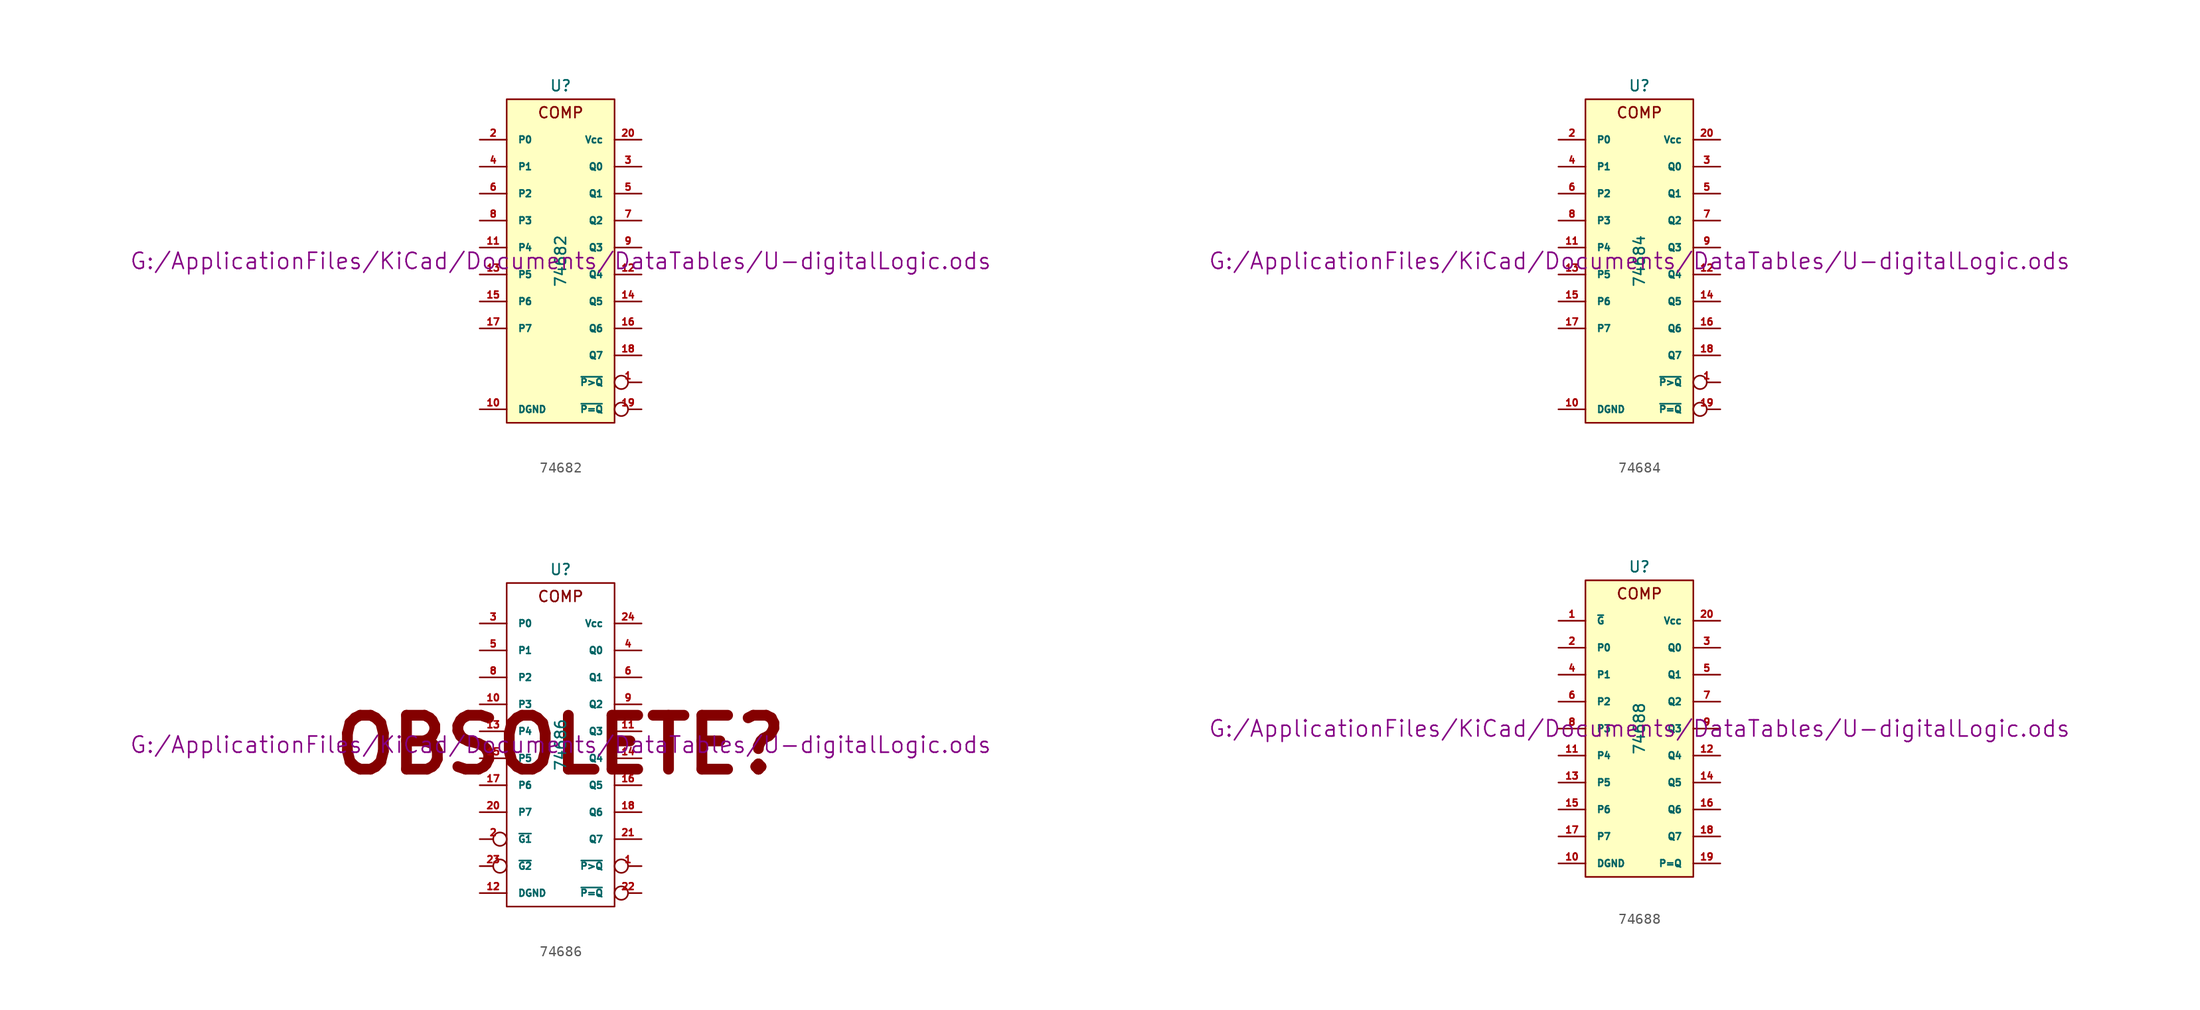
<source format=kicad_sym>
(kicad_symbol_lib
  (version 20211014)
  (generator kicad_symbol_editor)
  (symbol "74682"
    (pin_names
      (offset 1.016))
    (property "Reference" "U"
      (at 0 16.51 0)
      (effects (font (size 1.016 1.016))))
    (property "Value" "74682"
      (at 0 0 90)
      (effects (font (size 1.016 1.016))))
    (property "Footprint" ""
      (at 0 0 0)
      (effects (font (size 1.524 1.524))))
    (property "Datasheet" "G:/ApplicationFiles/KiCad/Documents/DataTables/U-digitalLogic.ods"
      (at 0 0 0)
      (effects (font (size 1.524 1.524))))
    (symbol "74682_0_0"
      (text "COMP" (at 0 13.97 0) (effects (font (size 1.016 1.016)))))
    (symbol "74682_0_1"
      (rectangle (start -5.08 15.24) (end 5.08 -15.24) (stroke (width 0) (type default) (color 0 0 0 0)) (fill (type background))))
    (symbol "74682_1_1"
      (pin output inverted (at 7.62 -11.43 180) (length 2.54) (name "~{P>Q}" (effects (font (size 0.635 0.635)))) (number "1" (effects (font (size 0.635 0.635)))))
      (pin power_in line (at -7.62 -13.97 0) (length 2.54) (name "DGND" (effects (font (size 0.635 0.635)))) (number "10" (effects (font (size 0.635 0.635)))))
      (pin input line (at -7.62 1.27 0) (length 2.54) (name "P4" (effects (font (size 0.635 0.635)))) (number "11" (effects (font (size 0.635 0.635)))))
      (pin input line (at 7.62 -1.27 180) (length 2.54) (name "Q4" (effects (font (size 0.635 0.635)))) (number "12" (effects (font (size 0.635 0.635)))))
      (pin input line (at -7.62 -1.27 0) (length 2.54) (name "P5" (effects (font (size 0.635 0.635)))) (number "13" (effects (font (size 0.635 0.635)))))
      (pin input line (at 7.62 -3.81 180) (length 2.54) (name "Q5" (effects (font (size 0.635 0.635)))) (number "14" (effects (font (size 0.635 0.635)))))
      (pin input line (at -7.62 -3.81 0) (length 2.54) (name "P6" (effects (font (size 0.635 0.635)))) (number "15" (effects (font (size 0.635 0.635)))))
      (pin input line (at 7.62 -6.35 180) (length 2.54) (name "Q6" (effects (font (size 0.635 0.635)))) (number "16" (effects (font (size 0.635 0.635)))))
      (pin input line (at -7.62 -6.35 0) (length 2.54) (name "P7" (effects (font (size 0.635 0.635)))) (number "17" (effects (font (size 0.635 0.635)))))
      (pin input line (at 7.62 -8.89 180) (length 2.54) (name "Q7" (effects (font (size 0.635 0.635)))) (number "18" (effects (font (size 0.635 0.635)))))
      (pin output inverted (at 7.62 -13.97 180) (length 2.54) (name "~{P=Q}" (effects (font (size 0.635 0.635)))) (number "19" (effects (font (size 0.635 0.635)))))
      (pin input line (at -7.62 11.43 0) (length 2.54) (name "P0" (effects (font (size 0.635 0.635)))) (number "2" (effects (font (size 0.635 0.635)))))
      (pin power_in line (at 7.62 11.43 180) (length 2.54) (name "Vcc" (effects (font (size 0.635 0.635)))) (number "20" (effects (font (size 0.635 0.635)))))
      (pin input line (at 7.62 8.89 180) (length 2.54) (name "Q0" (effects (font (size 0.635 0.635)))) (number "3" (effects (font (size 0.635 0.635)))))
      (pin input line (at -7.62 8.89 0) (length 2.54) (name "P1" (effects (font (size 0.635 0.635)))) (number "4" (effects (font (size 0.635 0.635)))))
      (pin input line (at 7.62 6.35 180) (length 2.54) (name "Q1" (effects (font (size 0.635 0.635)))) (number "5" (effects (font (size 0.635 0.635)))))
      (pin input line (at -7.62 6.35 0) (length 2.54) (name "P2" (effects (font (size 0.635 0.635)))) (number "6" (effects (font (size 0.635 0.635)))))
      (pin input line (at 7.62 3.81 180) (length 2.54) (name "Q2" (effects (font (size 0.635 0.635)))) (number "7" (effects (font (size 0.635 0.635)))))
      (pin input line (at -7.62 3.81 0) (length 2.54) (name "P3" (effects (font (size 0.635 0.635)))) (number "8" (effects (font (size 0.635 0.635)))))
      (pin input line (at 7.62 1.27 180) (length 2.54) (name "Q3" (effects (font (size 0.635 0.635)))) (number "9" (effects (font (size 0.635 0.635)))))))
  (symbol "74684"
    (pin_names
      (offset 1.016))
    (property "Reference" "U"
      (at 0 16.51 0)
      (effects (font (size 1.016 1.016))))
    (property "Value" "74684"
      (at 0 0 90)
      (effects (font (size 1.016 1.016))))
    (property "Footprint" ""
      (at 0 0 0)
      (effects (font (size 1.524 1.524))))
    (property "Datasheet" "G:/ApplicationFiles/KiCad/Documents/DataTables/U-digitalLogic.ods"
      (at 0 0 0)
      (effects (font (size 1.524 1.524))))
    (symbol "74684_0_0"
      (text "COMP" (at 0 13.97 0) (effects (font (size 1.016 1.016)))))
    (symbol "74684_0_1"
      (rectangle (start -5.08 15.24) (end 5.08 -15.24) (stroke (width 0) (type default) (color 0 0 0 0)) (fill (type background))))
    (symbol "74684_1_1"
      (pin output inverted (at 7.62 -11.43 180) (length 2.54) (name "~{P>Q}" (effects (font (size 0.635 0.635)))) (number "1" (effects (font (size 0.635 0.635)))))
      (pin power_in line (at -7.62 -13.97 0) (length 2.54) (name "DGND" (effects (font (size 0.635 0.635)))) (number "10" (effects (font (size 0.635 0.635)))))
      (pin input line (at -7.62 1.27 0) (length 2.54) (name "P4" (effects (font (size 0.635 0.635)))) (number "11" (effects (font (size 0.635 0.635)))))
      (pin input line (at 7.62 -1.27 180) (length 2.54) (name "Q4" (effects (font (size 0.635 0.635)))) (number "12" (effects (font (size 0.635 0.635)))))
      (pin input line (at -7.62 -1.27 0) (length 2.54) (name "P5" (effects (font (size 0.635 0.635)))) (number "13" (effects (font (size 0.635 0.635)))))
      (pin input line (at 7.62 -3.81 180) (length 2.54) (name "Q5" (effects (font (size 0.635 0.635)))) (number "14" (effects (font (size 0.635 0.635)))))
      (pin input line (at -7.62 -3.81 0) (length 2.54) (name "P6" (effects (font (size 0.635 0.635)))) (number "15" (effects (font (size 0.635 0.635)))))
      (pin input line (at 7.62 -6.35 180) (length 2.54) (name "Q6" (effects (font (size 0.635 0.635)))) (number "16" (effects (font (size 0.635 0.635)))))
      (pin input line (at -7.62 -6.35 0) (length 2.54) (name "P7" (effects (font (size 0.635 0.635)))) (number "17" (effects (font (size 0.635 0.635)))))
      (pin input line (at 7.62 -8.89 180) (length 2.54) (name "Q7" (effects (font (size 0.635 0.635)))) (number "18" (effects (font (size 0.635 0.635)))))
      (pin output inverted (at 7.62 -13.97 180) (length 2.54) (name "~{P=Q}" (effects (font (size 0.635 0.635)))) (number "19" (effects (font (size 0.635 0.635)))))
      (pin input line (at -7.62 11.43 0) (length 2.54) (name "P0" (effects (font (size 0.635 0.635)))) (number "2" (effects (font (size 0.635 0.635)))))
      (pin power_in line (at 7.62 11.43 180) (length 2.54) (name "Vcc" (effects (font (size 0.635 0.635)))) (number "20" (effects (font (size 0.635 0.635)))))
      (pin input line (at 7.62 8.89 180) (length 2.54) (name "Q0" (effects (font (size 0.635 0.635)))) (number "3" (effects (font (size 0.635 0.635)))))
      (pin input line (at -7.62 8.89 0) (length 2.54) (name "P1" (effects (font (size 0.635 0.635)))) (number "4" (effects (font (size 0.635 0.635)))))
      (pin input line (at 7.62 6.35 180) (length 2.54) (name "Q1" (effects (font (size 0.635 0.635)))) (number "5" (effects (font (size 0.635 0.635)))))
      (pin input line (at -7.62 6.35 0) (length 2.54) (name "P2" (effects (font (size 0.635 0.635)))) (number "6" (effects (font (size 0.635 0.635)))))
      (pin input line (at 7.62 3.81 180) (length 2.54) (name "Q2" (effects (font (size 0.635 0.635)))) (number "7" (effects (font (size 0.635 0.635)))))
      (pin input line (at -7.62 3.81 0) (length 2.54) (name "P3" (effects (font (size 0.635 0.635)))) (number "8" (effects (font (size 0.635 0.635)))))
      (pin input line (at 7.62 1.27 180) (length 2.54) (name "Q3" (effects (font (size 0.635 0.635)))) (number "9" (effects (font (size 0.635 0.635)))))))
  (symbol "74686"
    (pin_names
      (offset 1.016))
    (property "Reference" "U"
      (at 0 16.51 0)
      (effects (font (size 1.016 1.016))))
    (property "Value" "74686"
      (at 0 0 90)
      (effects (font (size 1.016 1.016))))
    (property "Footprint" ""
      (at 0 0 0)
      (effects (font (size 1.524 1.524))))
    (property "Datasheet" "G:/ApplicationFiles/KiCad/Documents/DataTables/U-digitalLogic.ods"
      (at 0 0 0)
      (effects (font (size 1.524 1.524))))
    (symbol "74686_0_0"
      (text "COMP" (at 0 13.97 0) (effects (font (size 1.016 1.016))))
      (text "OBSOLETE?" (at 0 0 0) (effects (font (size 5.08 5.08) bold))))
    (symbol "74686_0_1"
      (rectangle (start -5.08 15.24) (end 5.08 -15.24) (stroke (width 0) (type default) (color 0 0 0 0)) (fill (type none))))
    (symbol "74686_1_1"
      (pin output inverted (at 7.62 -11.43 180) (length 2.54) (name "~{P>Q}" (effects (font (size 0.635 0.635)))) (number "1" (effects (font (size 0.635 0.635)))))
      (pin input line (at -7.62 3.81 0) (length 2.54) (name "P3" (effects (font (size 0.635 0.635)))) (number "10" (effects (font (size 0.635 0.635)))))
      (pin input line (at 7.62 1.27 180) (length 2.54) (name "Q3" (effects (font (size 0.635 0.635)))) (number "11" (effects (font (size 0.635 0.635)))))
      (pin power_in line (at -7.62 -13.97 0) (length 2.54) (name "DGND" (effects (font (size 0.635 0.635)))) (number "12" (effects (font (size 0.635 0.635)))))
      (pin input line (at -7.62 1.27 0) (length 2.54) (name "P4" (effects (font (size 0.635 0.635)))) (number "13" (effects (font (size 0.635 0.635)))))
      (pin input line (at 7.62 -1.27 180) (length 2.54) (name "Q4" (effects (font (size 0.635 0.635)))) (number "14" (effects (font (size 0.635 0.635)))))
      (pin input line (at -7.62 -1.27 0) (length 2.54) (name "P5" (effects (font (size 0.635 0.635)))) (number "15" (effects (font (size 0.635 0.635)))))
      (pin input line (at 7.62 -3.81 180) (length 2.54) (name "Q5" (effects (font (size 0.635 0.635)))) (number "16" (effects (font (size 0.635 0.635)))))
      (pin input line (at -7.62 -3.81 0) (length 2.54) (name "P6" (effects (font (size 0.635 0.635)))) (number "17" (effects (font (size 0.635 0.635)))))
      (pin input line (at 7.62 -6.35 180) (length 2.54) (name "Q6" (effects (font (size 0.635 0.635)))) (number "18" (effects (font (size 0.635 0.635)))))
      (pin input inverted (at -7.62 -8.89 0) (length 2.54) (name "~{G1}" (effects (font (size 0.635 0.635)))) (number "2" (effects (font (size 0.635 0.635)))))
      (pin input line (at -7.62 -6.35 0) (length 2.54) (name "P7" (effects (font (size 0.635 0.635)))) (number "20" (effects (font (size 0.635 0.635)))))
      (pin input line (at 7.62 -8.89 180) (length 2.54) (name "Q7" (effects (font (size 0.635 0.635)))) (number "21" (effects (font (size 0.635 0.635)))))
      (pin output inverted (at 7.62 -13.97 180) (length 2.54) (name "~{P=Q}" (effects (font (size 0.635 0.635)))) (number "22" (effects (font (size 0.635 0.635)))))
      (pin input inverted (at -7.62 -11.43 0) (length 2.54) (name "~{G2}" (effects (font (size 0.635 0.635)))) (number "23" (effects (font (size 0.635 0.635)))))
      (pin power_in line (at 7.62 11.43 180) (length 2.54) (name "Vcc" (effects (font (size 0.635 0.635)))) (number "24" (effects (font (size 0.635 0.635)))))
      (pin input line (at -7.62 11.43 0) (length 2.54) (name "P0" (effects (font (size 0.635 0.635)))) (number "3" (effects (font (size 0.635 0.635)))))
      (pin input line (at 7.62 8.89 180) (length 2.54) (name "Q0" (effects (font (size 0.635 0.635)))) (number "4" (effects (font (size 0.635 0.635)))))
      (pin input line (at -7.62 8.89 0) (length 2.54) (name "P1" (effects (font (size 0.635 0.635)))) (number "5" (effects (font (size 0.635 0.635)))))
      (pin input line (at 7.62 6.35 180) (length 2.54) (name "Q1" (effects (font (size 0.635 0.635)))) (number "6" (effects (font (size 0.635 0.635)))))
      (pin input line (at -7.62 6.35 0) (length 2.54) (name "P2" (effects (font (size 0.635 0.635)))) (number "8" (effects (font (size 0.635 0.635)))))
      (pin input line (at 7.62 3.81 180) (length 2.54) (name "Q2" (effects (font (size 0.635 0.635)))) (number "9" (effects (font (size 0.635 0.635)))))))
  (symbol "74688"
    (pin_names
      (offset 1.016))
    (property "Reference" "U"
      (at 0 15.24 0)
      (effects (font (size 1.016 1.016))))
    (property "Value" "74688"
      (at 0 0 90)
      (effects (font (size 1.016 1.016))))
    (property "Footprint" ""
      (at 0 0 0)
      (effects (font (size 1.524 1.524))))
    (property "Datasheet" "G:/ApplicationFiles/KiCad/Documents/DataTables/U-digitalLogic.ods"
      (at 0 0 0)
      (effects (font (size 1.524 1.524))))
    (symbol "74688_0_0"
      (text "COMP" (at 0 12.7 0) (effects (font (size 1.016 1.016)))))
    (symbol "74688_0_1"
      (rectangle (start -5.08 13.97) (end 5.08 -13.97) (stroke (width 0) (type default) (color 0 0 0 0)) (fill (type background))))
    (symbol "74688_1_1"
      (pin input line (at -7.62 10.16 0) (length 2.54) (name "~{G}" (effects (font (size 0.635 0.635)))) (number "1" (effects (font (size 0.635 0.635)))))
      (pin power_in line (at -7.62 -12.7 0) (length 2.54) (name "DGND" (effects (font (size 0.635 0.635)))) (number "10" (effects (font (size 0.635 0.635)))))
      (pin input line (at -7.62 -2.54 0) (length 2.54) (name "P4" (effects (font (size 0.635 0.635)))) (number "11" (effects (font (size 0.635 0.635)))))
      (pin input line (at 7.62 -2.54 180) (length 2.54) (name "Q4" (effects (font (size 0.635 0.635)))) (number "12" (effects (font (size 0.635 0.635)))))
      (pin input line (at -7.62 -5.08 0) (length 2.54) (name "P5" (effects (font (size 0.635 0.635)))) (number "13" (effects (font (size 0.635 0.635)))))
      (pin input line (at 7.62 -5.08 180) (length 2.54) (name "Q5" (effects (font (size 0.635 0.635)))) (number "14" (effects (font (size 0.635 0.635)))))
      (pin input line (at -7.62 -7.62 0) (length 2.54) (name "P6" (effects (font (size 0.635 0.635)))) (number "15" (effects (font (size 0.635 0.635)))))
      (pin input line (at 7.62 -7.62 180) (length 2.54) (name "Q6" (effects (font (size 0.635 0.635)))) (number "16" (effects (font (size 0.635 0.635)))))
      (pin input line (at -7.62 -10.16 0) (length 2.54) (name "P7" (effects (font (size 0.635 0.635)))) (number "17" (effects (font (size 0.635 0.635)))))
      (pin input line (at 7.62 -10.16 180) (length 2.54) (name "Q7" (effects (font (size 0.635 0.635)))) (number "18" (effects (font (size 0.635 0.635)))))
      (pin output line (at 7.62 -12.7 180) (length 2.54) (name "P=Q" (effects (font (size 0.635 0.635)))) (number "19" (effects (font (size 0.635 0.635)))))
      (pin input line (at -7.62 7.62 0) (length 2.54) (name "P0" (effects (font (size 0.635 0.635)))) (number "2" (effects (font (size 0.635 0.635)))))
      (pin power_in line (at 7.62 10.16 180) (length 2.54) (name "Vcc" (effects (font (size 0.635 0.635)))) (number "20" (effects (font (size 0.635 0.635)))))
      (pin input line (at 7.62 7.62 180) (length 2.54) (name "Q0" (effects (font (size 0.635 0.635)))) (number "3" (effects (font (size 0.635 0.635)))))
      (pin input line (at -7.62 5.08 0) (length 2.54) (name "P1" (effects (font (size 0.635 0.635)))) (number "4" (effects (font (size 0.635 0.635)))))
      (pin input line (at 7.62 5.08 180) (length 2.54) (name "Q1" (effects (font (size 0.635 0.635)))) (number "5" (effects (font (size 0.635 0.635)))))
      (pin input line (at -7.62 2.54 0) (length 2.54) (name "P2" (effects (font (size 0.635 0.635)))) (number "6" (effects (font (size 0.635 0.635)))))
      (pin input line (at 7.62 2.54 180) (length 2.54) (name "Q2" (effects (font (size 0.635 0.635)))) (number "7" (effects (font (size 0.635 0.635)))))
      (pin input line (at -7.62 0 0) (length 2.54) (name "P3" (effects (font (size 0.635 0.635)))) (number "8" (effects (font (size 0.635 0.635)))))
      (pin input line (at 7.62 0 180) (length 2.54) (name "Q3" (effects (font (size 0.635 0.635)))) (number "9" (effects (font (size 0.635 0.635))))))))
</source>
